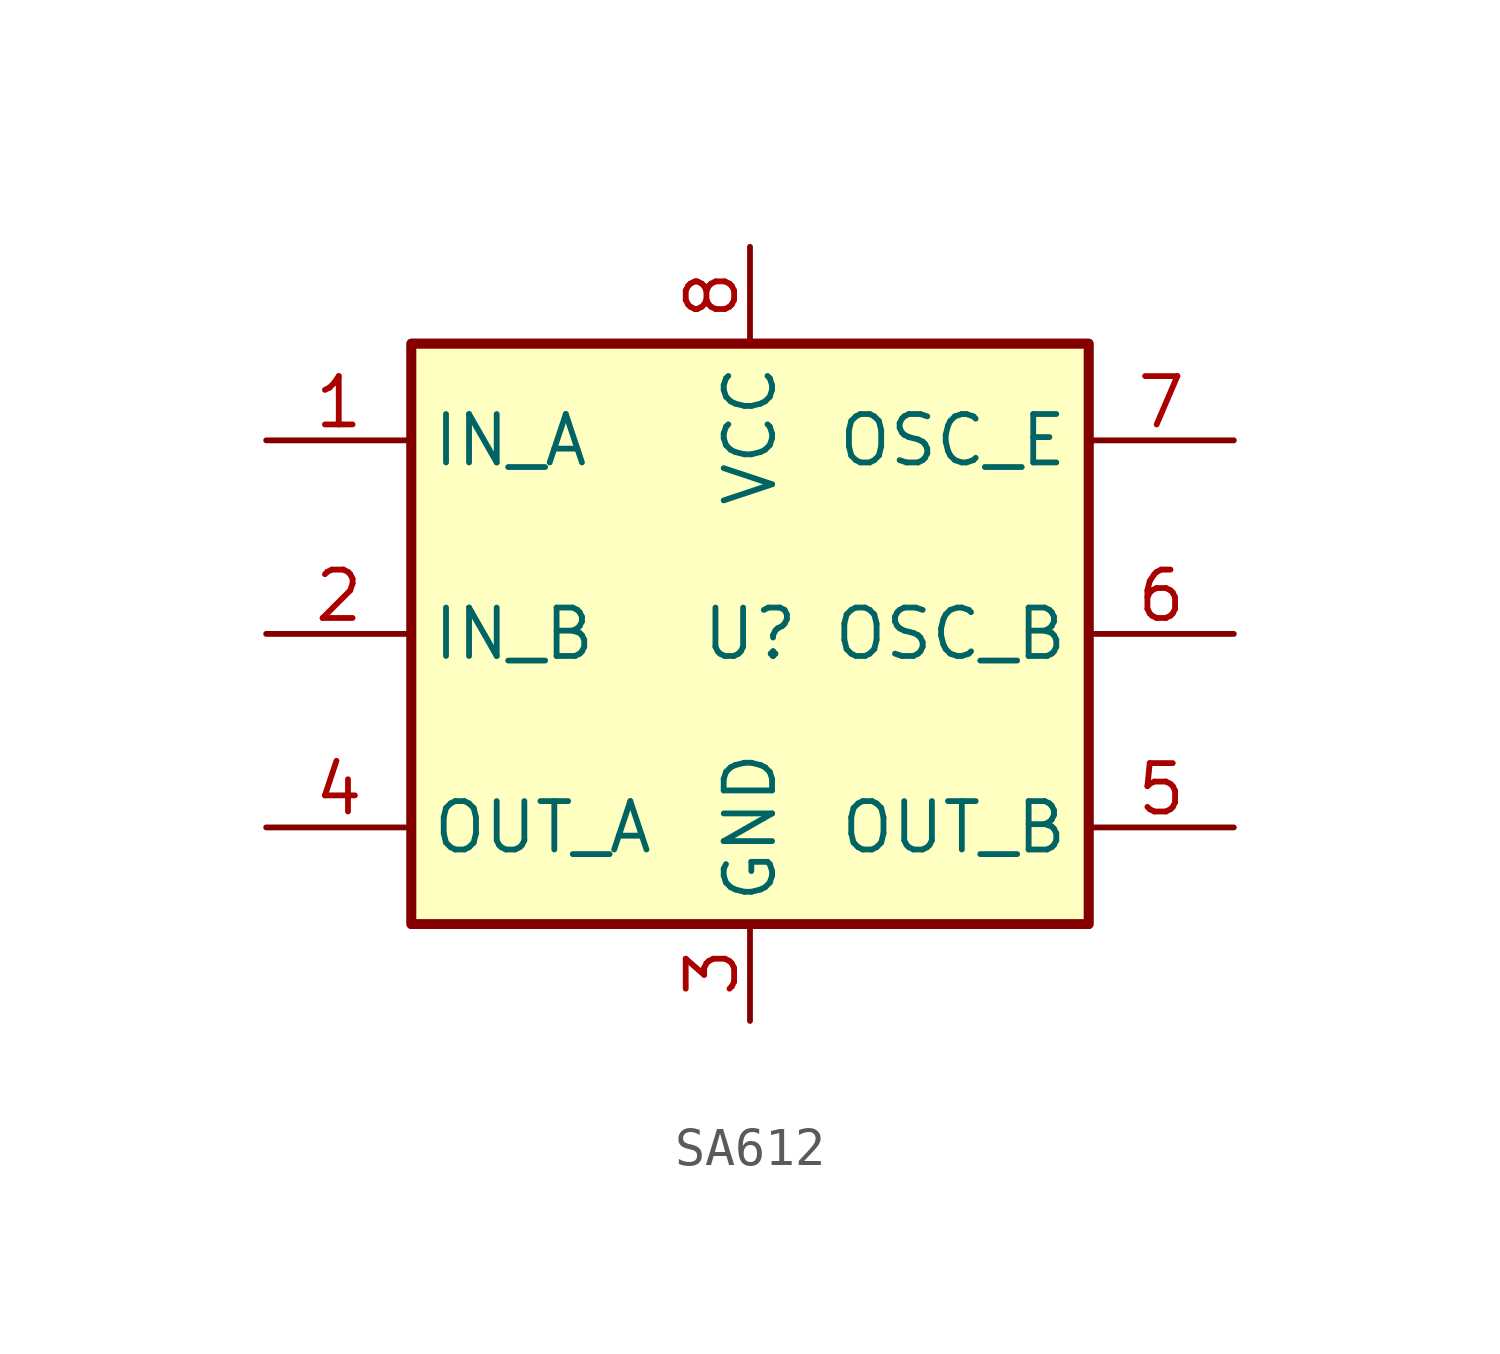
<source format=kicad_sym>
(kicad_symbol_lib
  (version 20231120)
  (generator "kicad_symbol_editor")
  (generator_version "8.0")
  (symbol "SA612"
    (property "Reference" "U"
      (at 0 0 0)
      (effects (font (size 1.27 1.27))))
    (property "Value" ""
      (at 0 0 0)
      (effects (font (size 1.27 1.27))))
    (symbol "SA612_0_0"
      (pin power_in line (at 0 10.16 270) (length 2.54) (name "VCC" (effects (font (size 1.27 1.27)))) (number "8" (effects (font (size 1.27 1.27))))))
    (symbol "SA612_0_1"
      (rectangle (start -8.89 -7.62) (end 8.89 7.62) (stroke (width 0.254) (type default)) (fill (type background)))
      (rectangle (start -8.89 -7.62) (end 8.89 7.62) (stroke (width 0.254) (type default)) (fill (type background))))
    (symbol "SA612_1_0"
      (pin power_in line (at 0 -10.16 90) (length 2.54) (name "GND" (effects (font (size 1.27 1.27)))) (number "3" (effects (font (size 1.27 1.27))))))
    (symbol "SA612_1_1"
      (pin input line (at -12.7 5.08 0) (length 3.81) (name "IN_A" (effects (font (size 1.27 1.27)))) (number "1" (effects (font (size 1.27 1.27)))))
      (pin input line (at -12.7 0 0) (length 3.81) (name "IN_B" (effects (font (size 1.27 1.27)))) (number "2" (effects (font (size 1.27 1.27)))))
      (pin output line (at -12.7 -5.08 0) (length 3.81) (name "OUT_A" (effects (font (size 1.27 1.27)))) (number "4" (effects (font (size 1.27 1.27)))))
      (pin output line (at 12.7 -5.08 180) (length 3.81) (name "OUT_B" (effects (font (size 1.27 1.27)))) (number "5" (effects (font (size 1.27 1.27)))))
      (pin input line (at 12.7 0 180) (length 3.81) (name "OSC_B" (effects (font (size 1.27 1.27)))) (number "6" (effects (font (size 1.27 1.27)))))
      (pin output line (at 12.7 5.08 180) (length 3.81) (name "OSC_E" (effects (font (size 1.27 1.27)))) (number "7" (effects (font (size 1.27 1.27))))))))
</source>
